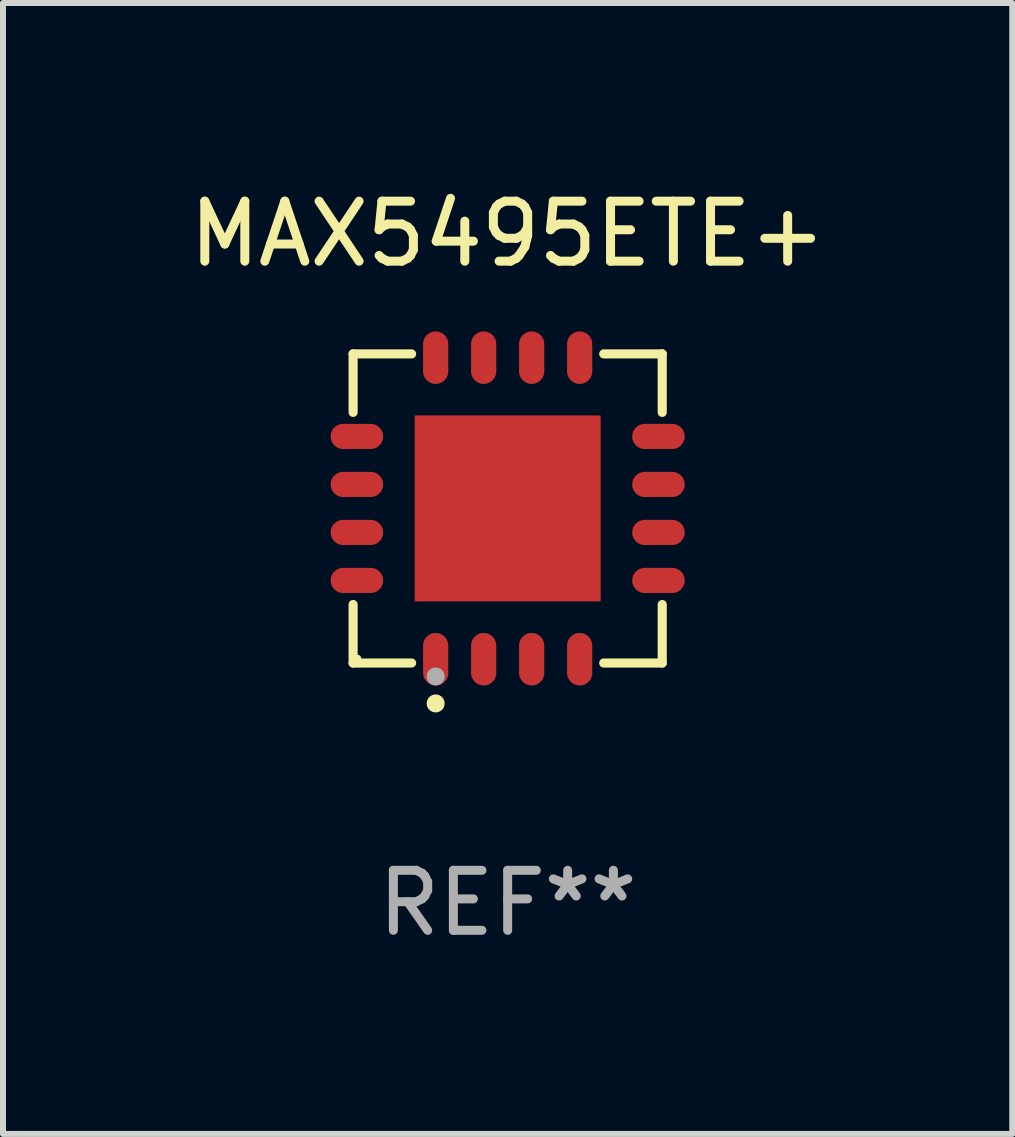
<source format=kicad_pcb>
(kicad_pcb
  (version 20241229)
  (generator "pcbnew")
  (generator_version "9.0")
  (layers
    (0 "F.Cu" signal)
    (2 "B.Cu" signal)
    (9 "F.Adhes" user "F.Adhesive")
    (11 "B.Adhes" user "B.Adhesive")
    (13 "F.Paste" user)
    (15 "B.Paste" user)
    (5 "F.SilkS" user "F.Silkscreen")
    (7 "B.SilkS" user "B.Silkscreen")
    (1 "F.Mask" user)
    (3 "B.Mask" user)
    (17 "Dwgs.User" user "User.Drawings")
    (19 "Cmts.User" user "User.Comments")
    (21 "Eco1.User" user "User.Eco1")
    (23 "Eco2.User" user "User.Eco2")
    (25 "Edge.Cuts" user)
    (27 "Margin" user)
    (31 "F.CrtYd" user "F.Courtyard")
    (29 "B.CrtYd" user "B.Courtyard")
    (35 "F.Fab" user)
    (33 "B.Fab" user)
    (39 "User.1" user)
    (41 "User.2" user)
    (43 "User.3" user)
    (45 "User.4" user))
  (footprint "MAX5495ETE+"
    (layer "F.Cu")
    (at 5.411 5.424)
    (property "Reference" "MAX5495ETE+" (at 0 -4.576 0) (layer "F.SilkS") (effects (font (size 1 1) (thickness 0.15))))
    (attr through_hole)
    (fp_line (start -2.576 -2.576) (end -1.601 -2.576) (stroke (width 0.152) (type solid)) (layer "F.SilkS"))
    (fp_line (start -2.576 -1.601) (end -2.576 -2.576) (stroke (width 0.152) (type solid)) (layer "F.SilkS"))
    (fp_line (start -2.576 1.601) (end -2.576 2.576) (stroke (width 0.152) (type solid)) (layer "F.SilkS"))
    (fp_line (start -2.576 2.576) (end -1.601 2.576) (stroke (width 0.152) (type solid)) (layer "F.SilkS"))
    (fp_line (start 2.576 -2.576) (end 1.601 -2.576) (stroke (width 0.152) (type solid)) (layer "F.SilkS"))
    (fp_line (start 2.576 -1.601) (end 2.576 -2.576) (stroke (width 0.152) (type solid)) (layer "F.SilkS"))
    (fp_line (start 2.576 1.601) (end 2.576 2.576) (stroke (width 0.152) (type solid)) (layer "F.SilkS"))
    (fp_line (start 2.576 2.576) (end 1.601 2.576) (stroke (width 0.152) (type solid)) (layer "F.SilkS"))
    (fp_circle (center -2.5 2.5) (end -2.47 2.5) (stroke (width 0.06) (type solid)) (fill no) (layer "F.SilkS"))
    (fp_circle (center -1.2 3.25) (end -1.125 3.25) (stroke (width 0.15) (type solid)) (fill no) (layer "F.SilkS"))
    (fp_circle (center -1.2 2.8) (end -1.125 2.8) (stroke (width 0.15) (type solid)) (fill no) (layer "F.Fab"))
    (fp_text user "REF**" (at 0 6.576 0) (layer "F.Fab") (effects (font (size 1 1) (thickness 0.15))))
    (pad "1" smd oval (at -1.2 2.513) (size 0.42 0.875) (layers "F.Cu" "F.Mask" "F.Paste"))
    (pad "2" smd oval (at -0.4 2.513) (size 0.42 0.875) (layers "F.Cu" "F.Mask" "F.Paste"))
    (pad "3" smd oval (at 0.4 2.513) (size 0.42 0.875) (layers "F.Cu" "F.Mask" "F.Paste"))
    (pad "4" smd oval (at 1.2 2.513) (size 0.42 0.875) (layers "F.Cu" "F.Mask" "F.Paste"))
    (pad "5" smd oval (at 2.513 1.2) (size 0.875 0.42) (layers "F.Cu" "F.Mask" "F.Paste"))
    (pad "6" smd oval (at 2.513 0.4) (size 0.875 0.42) (layers "F.Cu" "F.Mask" "F.Paste"))
    (pad "7" smd oval (at 2.513 -0.4) (size 0.875 0.42) (layers "F.Cu" "F.Mask" "F.Paste"))
    (pad "8" smd oval (at 2.513 -1.2) (size 0.875 0.42) (layers "F.Cu" "F.Mask" "F.Paste"))
    (pad "9" smd oval (at 1.2 -2.513) (size 0.42 0.875) (layers "F.Cu" "F.Mask" "F.Paste"))
    (pad "10" smd oval (at 0.4 -2.513) (size 0.42 0.875) (layers "F.Cu" "F.Mask" "F.Paste"))
    (pad "11" smd oval (at -0.4 -2.513) (size 0.42 0.875) (layers "F.Cu" "F.Mask" "F.Paste"))
    (pad "12" smd oval (at -1.2 -2.513) (size 0.42 0.875) (layers "F.Cu" "F.Mask" "F.Paste"))
    (pad "13" smd oval (at -2.513 -1.2) (size 0.875 0.42) (layers "F.Cu" "F.Mask" "F.Paste"))
    (pad "14" smd oval (at -2.513 -0.4) (size 0.875 0.42) (layers "F.Cu" "F.Mask" "F.Paste"))
    (pad "15" smd oval (at -2.513 0.4) (size 0.875 0.42) (layers "F.Cu" "F.Mask" "F.Paste"))
    (pad "16" smd oval (at -2.513 1.2) (size 0.875 0.42) (layers "F.Cu" "F.Mask" "F.Paste"))
    (pad "17" smd rect (at 0 0) (size 3.1 3.1) (layers "F.Cu" "F.Mask" "F.Paste")))
  (gr_rect
    (start -3 -3)
    (end 13.821 15.849)
    (stroke (width 0.1) (type default))
    (fill no)
    (layer "Edge.Cuts")))
</source>
